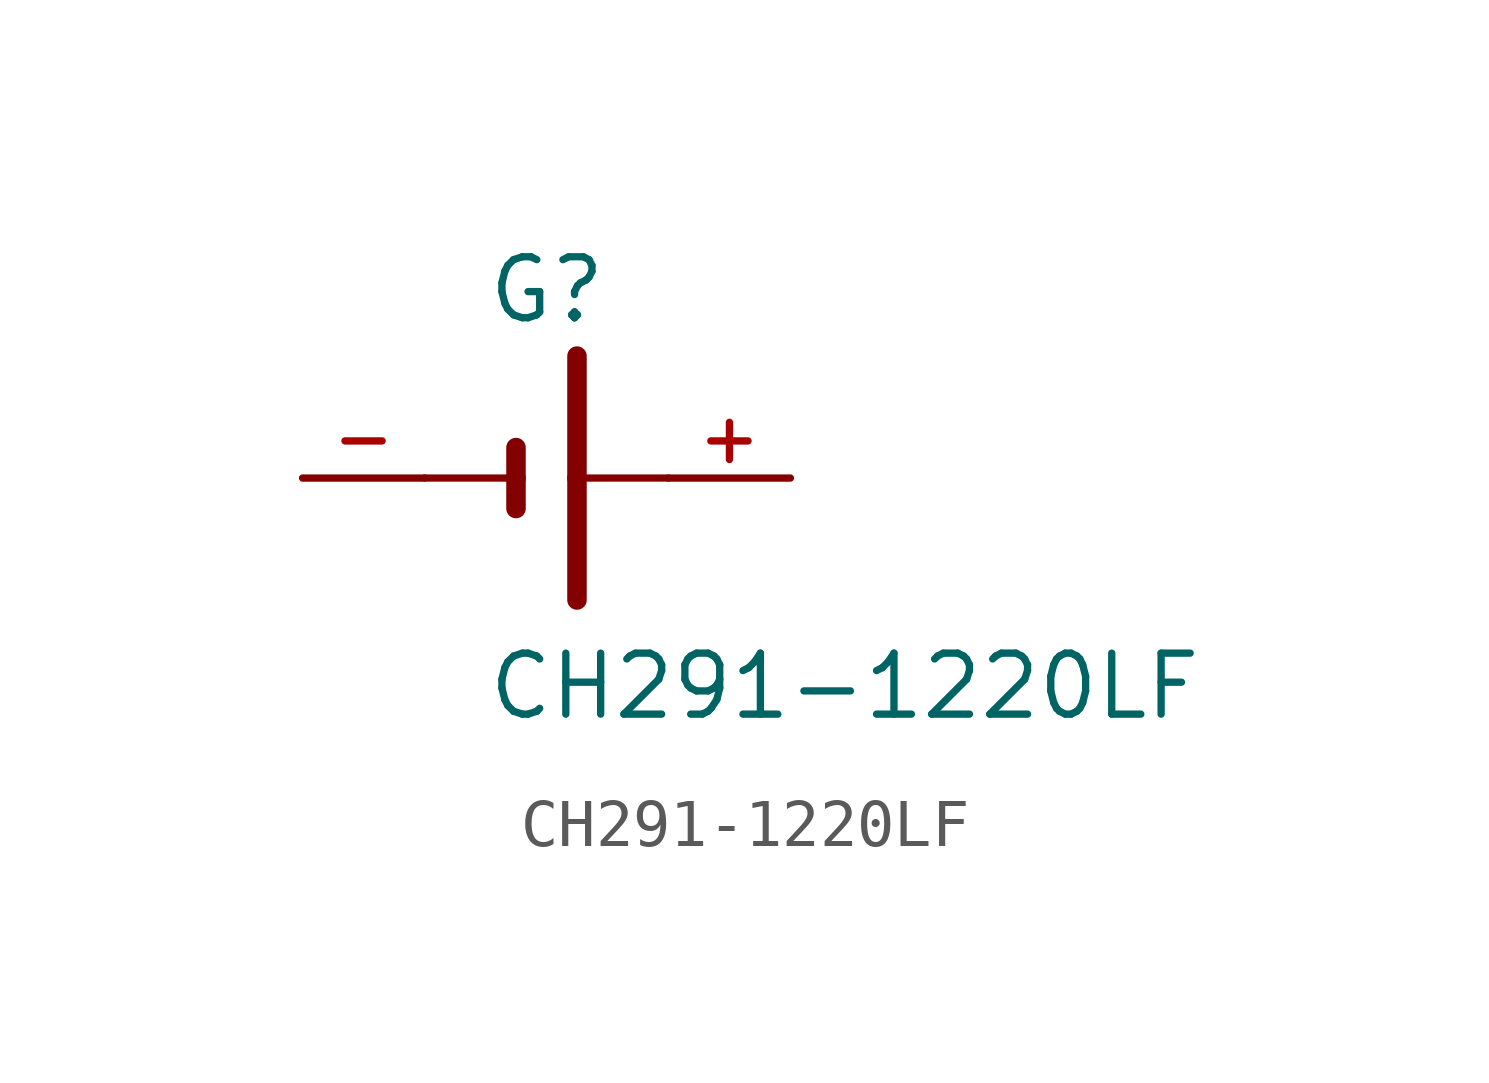
<source format=kicad_sym>
(kicad_symbol_lib
  (version 20211014)
  (generator kicad_symbol_editor)
  (symbol "CH291-1220LF"
    (pin_names
      (offset 1.016))
    (property "Reference" "G"
      (at -1.27 3.175 0)
      (effects (font (size 1.27 1.27)) (justify bottom left)))
    (property "Value" "CH291-1220LF"
      (at -1.27 -5.08 0)
      (effects (font (size 1.27 1.27)) (justify bottom left)))
    (symbol "CH291-1220LF_0_0"
      (polyline (pts (xy -0.635 0.635) (xy -0.635 0.0)) (stroke (width 0.406)))
      (polyline (pts (xy -2.54 0.0) (xy -0.635 0.0)) (stroke (width 0.152)))
      (polyline (pts (xy -0.635 0.0) (xy -0.635 -0.635)) (stroke (width 0.406)))
      (polyline (pts (xy 0.635 2.54) (xy 0.635 0.0)) (stroke (width 0.406)))
      (polyline (pts (xy 0.635 0.0) (xy 2.54 0.0)) (stroke (width 0.152)))
      (polyline (pts (xy 0.635 0.0) (xy 0.635 -2.54)) (stroke (width 0.406)))
      (pin passive line (at 5.08 0.0 180.0) (length 2.54) (name "~" (effects (font (size 1.016 1.016)))) (number "+" (effects (font (size 1.016 1.016)))))
      (pin passive line (at -5.08 0.0 0) (length 2.54) (name "~" (effects (font (size 1.016 1.016)))) (number "-" (effects (font (size 1.016 1.016))))))))
</source>
